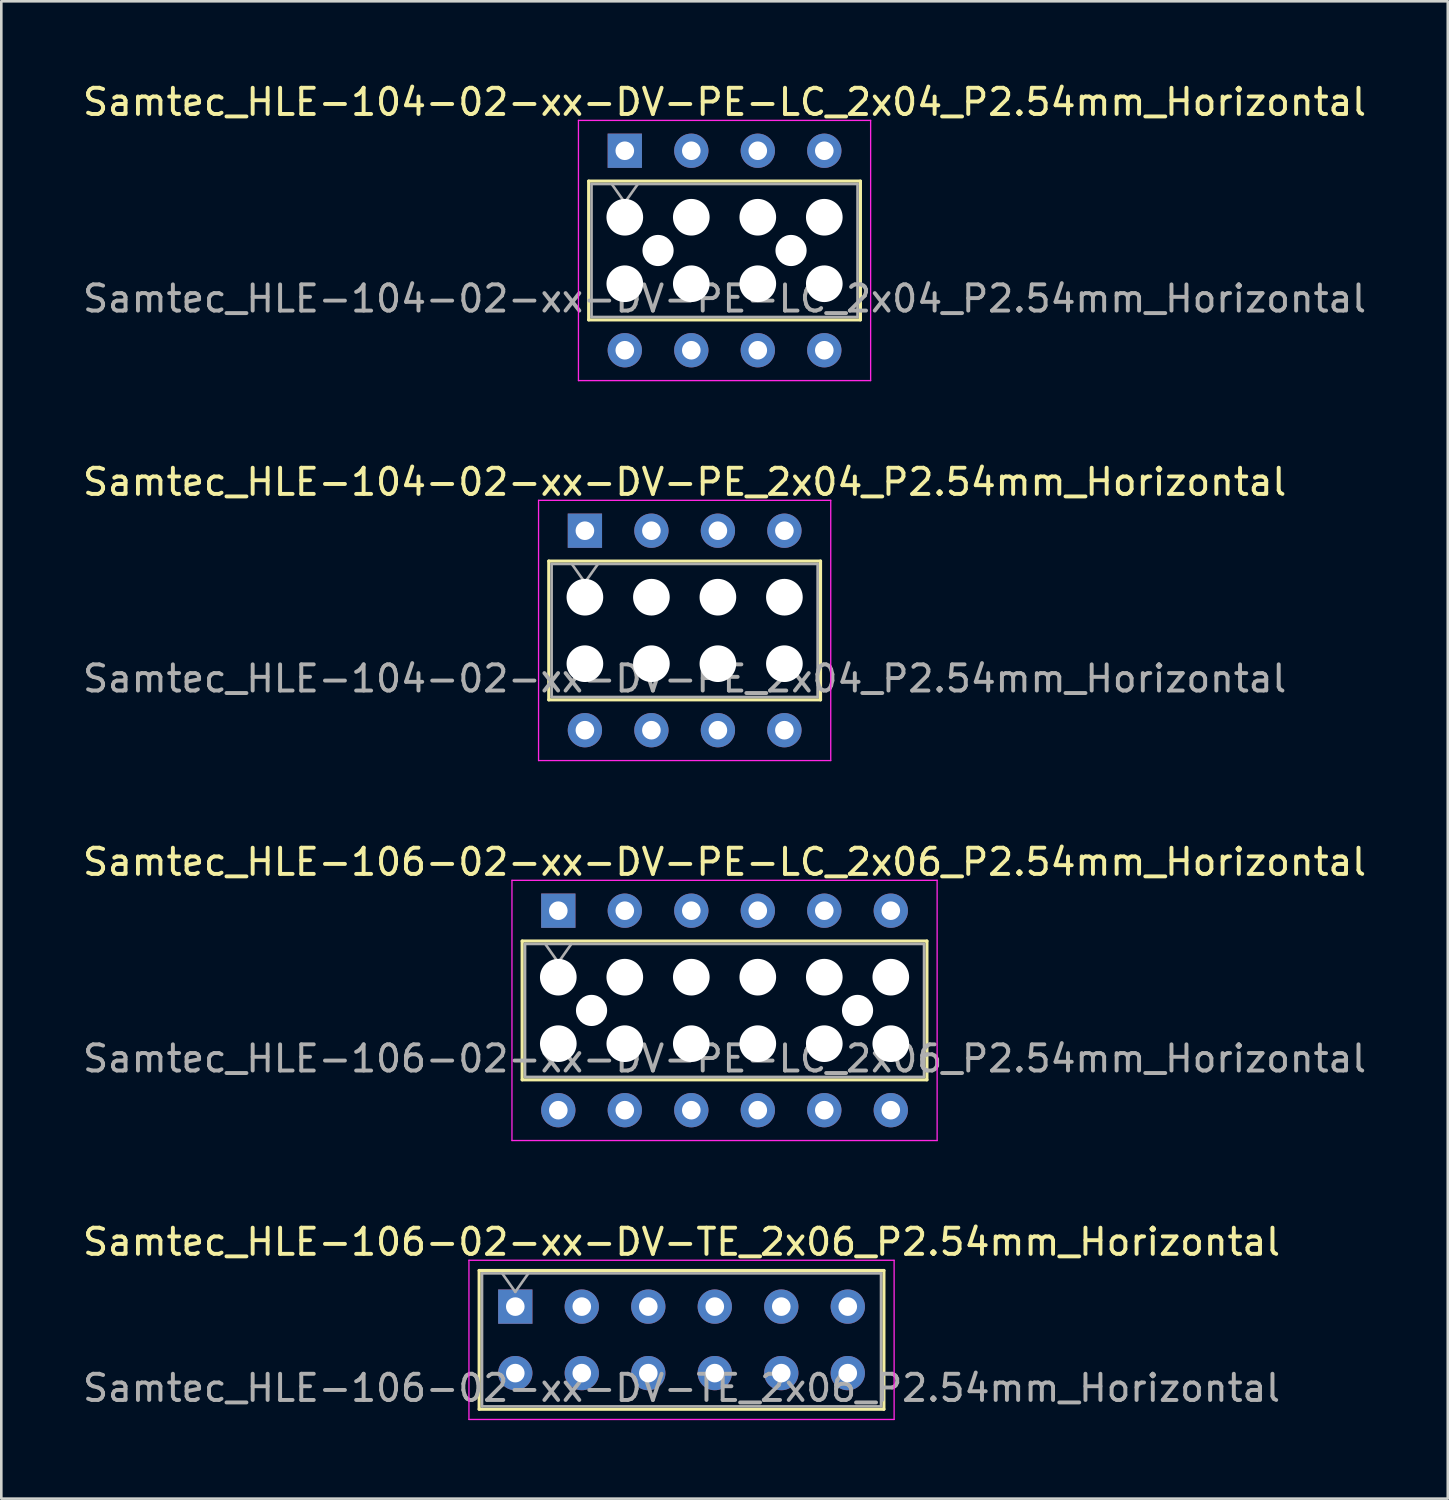
<source format=kicad_pcb>
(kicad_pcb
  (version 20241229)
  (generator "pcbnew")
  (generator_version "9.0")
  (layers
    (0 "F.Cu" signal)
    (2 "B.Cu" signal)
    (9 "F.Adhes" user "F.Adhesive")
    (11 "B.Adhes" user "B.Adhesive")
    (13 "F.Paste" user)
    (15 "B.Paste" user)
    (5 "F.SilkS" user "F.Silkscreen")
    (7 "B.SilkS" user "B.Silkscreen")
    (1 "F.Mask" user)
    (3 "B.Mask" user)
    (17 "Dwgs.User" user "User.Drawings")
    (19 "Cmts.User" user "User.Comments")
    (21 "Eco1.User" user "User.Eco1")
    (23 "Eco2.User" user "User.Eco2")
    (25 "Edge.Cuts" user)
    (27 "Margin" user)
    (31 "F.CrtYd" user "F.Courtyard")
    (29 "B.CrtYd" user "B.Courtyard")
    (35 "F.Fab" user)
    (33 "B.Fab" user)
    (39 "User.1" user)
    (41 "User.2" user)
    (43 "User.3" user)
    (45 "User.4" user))
  (footprint "Samtec_HLE-106-02-xx-DV-PE-LC_2x06_P2.54mm_Horizontal"
    (layer "F.Cu")
    (at 18.275 31.735)
    (property "Reference" "Samtec_HLE-106-02-xx-DV-PE-LC_2x06_P2.54mm_Horizontal" (at 6.35 -1.86 0) (layer "F.SilkS") (effects (font (size 1 1) (thickness 0.15))))
    (attr through_hole)
    (fp_line (start -1.38 1.16) (end 14.08 1.16) (stroke (width 0.12) (type solid)) (layer "F.SilkS"))
    (fp_line (start -1.38 6.46) (end -1.38 1.16) (stroke (width 0.12) (type solid)) (layer "F.SilkS"))
    (fp_line (start 14.08 1.16) (end 14.08 6.46) (stroke (width 0.12) (type solid)) (layer "F.SilkS"))
    (fp_line (start 14.08 6.46) (end -1.38 6.46) (stroke (width 0.12) (type solid)) (layer "F.SilkS"))
    (fp_line (start -1.77 -1.16) (end 14.47 -1.16) (stroke (width 0.05) (type solid)) (layer "F.CrtYd"))
    (fp_line (start -1.77 8.78) (end -1.77 -1.16) (stroke (width 0.05) (type solid)) (layer "F.CrtYd"))
    (fp_line (start 14.47 -1.16) (end 14.47 8.78) (stroke (width 0.05) (type solid)) (layer "F.CrtYd"))
    (fp_line (start 14.47 8.78) (end -1.77 8.78) (stroke (width 0.05) (type solid)) (layer "F.CrtYd"))
    (fp_line (start -1.27 1.27) (end 13.97 1.27) (stroke (width 0.1) (type solid)) (layer "F.Fab"))
    (fp_line (start -1.27 6.35) (end -1.27 1.27) (stroke (width 0.1) (type solid)) (layer "F.Fab"))
    (fp_line (start -0.5 1.27) (end 0 1.977) (stroke (width 0.1) (type solid)) (layer "F.Fab"))
    (fp_line (start 0 1.977) (end 0.5 1.27) (stroke (width 0.1) (type solid)) (layer "F.Fab"))
    (fp_line (start 13.97 1.27) (end 13.97 6.35) (stroke (width 0.1) (type solid)) (layer "F.Fab"))
    (fp_line (start 13.97 6.35) (end -1.27 6.35) (stroke (width 0.1) (type solid)) (layer "F.Fab"))
    (fp_text user "${REFERENCE}" (at 6.35 5.65 0) (layer "F.Fab") (effects (font (size 1 1) (thickness 0.15))))
    (pad "" np_thru_hole circle (at 0 2.54) (size 1.4 1.4) (drill 1.4) (layers "*.Cu" "*.Mask"))
    (pad "" np_thru_hole circle (at 0 5.08) (size 1.4 1.4) (drill 1.4) (layers "*.Cu" "*.Mask"))
    (pad "" np_thru_hole circle (at 1.27 3.81) (size 1.19 1.19) (drill 1.19) (layers "*.Cu" "*.Mask"))
    (pad "" np_thru_hole circle (at 2.54 2.54) (size 1.4 1.4) (drill 1.4) (layers "*.Cu" "*.Mask"))
    (pad "" np_thru_hole circle (at 2.54 5.08) (size 1.4 1.4) (drill 1.4) (layers "*.Cu" "*.Mask"))
    (pad "" np_thru_hole circle (at 5.08 2.54) (size 1.4 1.4) (drill 1.4) (layers "*.Cu" "*.Mask"))
    (pad "" np_thru_hole circle (at 5.08 5.08) (size 1.4 1.4) (drill 1.4) (layers "*.Cu" "*.Mask"))
    (pad "" np_thru_hole circle (at 7.62 2.54) (size 1.4 1.4) (drill 1.4) (layers "*.Cu" "*.Mask"))
    (pad "" np_thru_hole circle (at 7.62 5.08) (size 1.4 1.4) (drill 1.4) (layers "*.Cu" "*.Mask"))
    (pad "" np_thru_hole circle (at 10.16 2.54) (size 1.4 1.4) (drill 1.4) (layers "*.Cu" "*.Mask"))
    (pad "" np_thru_hole circle (at 10.16 5.08) (size 1.4 1.4) (drill 1.4) (layers "*.Cu" "*.Mask"))
    (pad "" np_thru_hole circle (at 11.43 3.81) (size 1.19 1.19) (drill 1.19) (layers "*.Cu" "*.Mask"))
    (pad "" np_thru_hole circle (at 12.7 2.54) (size 1.4 1.4) (drill 1.4) (layers "*.Cu" "*.Mask"))
    (pad "" np_thru_hole circle (at 12.7 5.08) (size 1.4 1.4) (drill 1.4) (layers "*.Cu" "*.Mask"))
    (pad "1" thru_hole rect (at 0 0) (size 1.31 1.31) (drill 0.71) (layers "*.Cu" "*.Mask"))
    (pad "2" thru_hole circle (at 0 7.62) (size 1.31 1.31) (drill 0.71) (layers "*.Cu" "*.Mask"))
    (pad "3" thru_hole circle (at 2.54 0) (size 1.31 1.31) (drill 0.71) (layers "*.Cu" "*.Mask"))
    (pad "4" thru_hole circle (at 2.54 7.62) (size 1.31 1.31) (drill 0.71) (layers "*.Cu" "*.Mask"))
    (pad "5" thru_hole circle (at 5.08 0) (size 1.31 1.31) (drill 0.71) (layers "*.Cu" "*.Mask"))
    (pad "6" thru_hole circle (at 5.08 7.62) (size 1.31 1.31) (drill 0.71) (layers "*.Cu" "*.Mask"))
    (pad "7" thru_hole circle (at 7.62 0) (size 1.31 1.31) (drill 0.71) (layers "*.Cu" "*.Mask"))
    (pad "8" thru_hole circle (at 7.62 7.62) (size 1.31 1.31) (drill 0.71) (layers "*.Cu" "*.Mask"))
    (pad "9" thru_hole circle (at 10.16 0) (size 1.31 1.31) (drill 0.71) (layers "*.Cu" "*.Mask"))
    (pad "10" thru_hole circle (at 10.16 7.62) (size 1.31 1.31) (drill 0.71) (layers "*.Cu" "*.Mask"))
    (pad "11" thru_hole circle (at 12.7 0) (size 1.31 1.31) (drill 0.71) (layers "*.Cu" "*.Mask"))
    (pad "12" thru_hole circle (at 12.7 7.62) (size 1.31 1.31) (drill 0.71) (layers "*.Cu" "*.Mask")))
  (footprint "Samtec_HLE-104-02-xx-DV-PE_2x04_P2.54mm_Horizontal"
    (layer "F.Cu")
    (at 19.291 17.221)
    (property "Reference" "Samtec_HLE-104-02-xx-DV-PE_2x04_P2.54mm_Horizontal" (at 3.81 -1.86 0) (layer "F.SilkS") (effects (font (size 1 1) (thickness 0.15))))
    (attr through_hole)
    (fp_line (start -1.38 1.16) (end 9 1.16) (stroke (width 0.12) (type solid)) (layer "F.SilkS"))
    (fp_line (start -1.38 6.46) (end -1.38 1.16) (stroke (width 0.12) (type solid)) (layer "F.SilkS"))
    (fp_line (start 9 1.16) (end 9 6.46) (stroke (width 0.12) (type solid)) (layer "F.SilkS"))
    (fp_line (start 9 6.46) (end -1.38 6.46) (stroke (width 0.12) (type solid)) (layer "F.SilkS"))
    (fp_line (start -1.77 -1.16) (end 9.39 -1.16) (stroke (width 0.05) (type solid)) (layer "F.CrtYd"))
    (fp_line (start -1.77 8.78) (end -1.77 -1.16) (stroke (width 0.05) (type solid)) (layer "F.CrtYd"))
    (fp_line (start 9.39 -1.16) (end 9.39 8.78) (stroke (width 0.05) (type solid)) (layer "F.CrtYd"))
    (fp_line (start 9.39 8.78) (end -1.77 8.78) (stroke (width 0.05) (type solid)) (layer "F.CrtYd"))
    (fp_line (start -1.27 1.27) (end 8.89 1.27) (stroke (width 0.1) (type solid)) (layer "F.Fab"))
    (fp_line (start -1.27 6.35) (end -1.27 1.27) (stroke (width 0.1) (type solid)) (layer "F.Fab"))
    (fp_line (start -0.5 1.27) (end 0 1.977) (stroke (width 0.1) (type solid)) (layer "F.Fab"))
    (fp_line (start 0 1.977) (end 0.5 1.27) (stroke (width 0.1) (type solid)) (layer "F.Fab"))
    (fp_line (start 8.89 1.27) (end 8.89 6.35) (stroke (width 0.1) (type solid)) (layer "F.Fab"))
    (fp_line (start 8.89 6.35) (end -1.27 6.35) (stroke (width 0.1) (type solid)) (layer "F.Fab"))
    (fp_text user "${REFERENCE}" (at 3.81 5.65 0) (layer "F.Fab") (effects (font (size 1 1) (thickness 0.15))))
    (pad "" np_thru_hole circle (at 0 2.54) (size 1.4 1.4) (drill 1.4) (layers "*.Cu" "*.Mask"))
    (pad "" np_thru_hole circle (at 0 5.08) (size 1.4 1.4) (drill 1.4) (layers "*.Cu" "*.Mask"))
    (pad "" np_thru_hole circle (at 2.54 2.54) (size 1.4 1.4) (drill 1.4) (layers "*.Cu" "*.Mask"))
    (pad "" np_thru_hole circle (at 2.54 5.08) (size 1.4 1.4) (drill 1.4) (layers "*.Cu" "*.Mask"))
    (pad "" np_thru_hole circle (at 5.08 2.54) (size 1.4 1.4) (drill 1.4) (layers "*.Cu" "*.Mask"))
    (pad "" np_thru_hole circle (at 5.08 5.08) (size 1.4 1.4) (drill 1.4) (layers "*.Cu" "*.Mask"))
    (pad "" np_thru_hole circle (at 7.62 2.54) (size 1.4 1.4) (drill 1.4) (layers "*.Cu" "*.Mask"))
    (pad "" np_thru_hole circle (at 7.62 5.08) (size 1.4 1.4) (drill 1.4) (layers "*.Cu" "*.Mask"))
    (pad "1" thru_hole rect (at 0 0) (size 1.31 1.31) (drill 0.71) (layers "*.Cu" "*.Mask"))
    (pad "2" thru_hole circle (at 0 7.62) (size 1.31 1.31) (drill 0.71) (layers "*.Cu" "*.Mask"))
    (pad "3" thru_hole circle (at 2.54 0) (size 1.31 1.31) (drill 0.71) (layers "*.Cu" "*.Mask"))
    (pad "4" thru_hole circle (at 2.54 7.62) (size 1.31 1.31) (drill 0.71) (layers "*.Cu" "*.Mask"))
    (pad "5" thru_hole circle (at 5.08 0) (size 1.31 1.31) (drill 0.71) (layers "*.Cu" "*.Mask"))
    (pad "6" thru_hole circle (at 5.08 7.62) (size 1.31 1.31) (drill 0.71) (layers "*.Cu" "*.Mask"))
    (pad "7" thru_hole circle (at 7.62 0) (size 1.31 1.31) (drill 0.71) (layers "*.Cu" "*.Mask"))
    (pad "8" thru_hole circle (at 7.62 7.62) (size 1.31 1.31) (drill 0.71) (layers "*.Cu" "*.Mask")))
  (footprint "Samtec_HLE-104-02-xx-DV-PE-LC_2x04_P2.54mm_Horizontal"
    (layer "F.Cu")
    (at 20.815 2.708)
    (property "Reference" "Samtec_HLE-104-02-xx-DV-PE-LC_2x04_P2.54mm_Horizontal" (at 3.81 -1.86 0) (layer "F.SilkS") (effects (font (size 1 1) (thickness 0.15))))
    (attr through_hole)
    (fp_line (start -1.38 1.16) (end 9 1.16) (stroke (width 0.12) (type solid)) (layer "F.SilkS"))
    (fp_line (start -1.38 6.46) (end -1.38 1.16) (stroke (width 0.12) (type solid)) (layer "F.SilkS"))
    (fp_line (start 9 1.16) (end 9 6.46) (stroke (width 0.12) (type solid)) (layer "F.SilkS"))
    (fp_line (start 9 6.46) (end -1.38 6.46) (stroke (width 0.12) (type solid)) (layer "F.SilkS"))
    (fp_line (start -1.77 -1.16) (end 9.39 -1.16) (stroke (width 0.05) (type solid)) (layer "F.CrtYd"))
    (fp_line (start -1.77 8.78) (end -1.77 -1.16) (stroke (width 0.05) (type solid)) (layer "F.CrtYd"))
    (fp_line (start 9.39 -1.16) (end 9.39 8.78) (stroke (width 0.05) (type solid)) (layer "F.CrtYd"))
    (fp_line (start 9.39 8.78) (end -1.77 8.78) (stroke (width 0.05) (type solid)) (layer "F.CrtYd"))
    (fp_line (start -1.27 1.27) (end 8.89 1.27) (stroke (width 0.1) (type solid)) (layer "F.Fab"))
    (fp_line (start -1.27 6.35) (end -1.27 1.27) (stroke (width 0.1) (type solid)) (layer "F.Fab"))
    (fp_line (start -0.5 1.27) (end 0 1.977) (stroke (width 0.1) (type solid)) (layer "F.Fab"))
    (fp_line (start 0 1.977) (end 0.5 1.27) (stroke (width 0.1) (type solid)) (layer "F.Fab"))
    (fp_line (start 8.89 1.27) (end 8.89 6.35) (stroke (width 0.1) (type solid)) (layer "F.Fab"))
    (fp_line (start 8.89 6.35) (end -1.27 6.35) (stroke (width 0.1) (type solid)) (layer "F.Fab"))
    (fp_text user "${REFERENCE}" (at 3.81 5.65 0) (layer "F.Fab") (effects (font (size 1 1) (thickness 0.15))))
    (pad "" np_thru_hole circle (at 0 2.54) (size 1.4 1.4) (drill 1.4) (layers "*.Cu" "*.Mask"))
    (pad "" np_thru_hole circle (at 0 5.08) (size 1.4 1.4) (drill 1.4) (layers "*.Cu" "*.Mask"))
    (pad "" np_thru_hole circle (at 1.27 3.81) (size 1.19 1.19) (drill 1.19) (layers "*.Cu" "*.Mask"))
    (pad "" np_thru_hole circle (at 2.54 2.54) (size 1.4 1.4) (drill 1.4) (layers "*.Cu" "*.Mask"))
    (pad "" np_thru_hole circle (at 2.54 5.08) (size 1.4 1.4) (drill 1.4) (layers "*.Cu" "*.Mask"))
    (pad "" np_thru_hole circle (at 5.08 2.54) (size 1.4 1.4) (drill 1.4) (layers "*.Cu" "*.Mask"))
    (pad "" np_thru_hole circle (at 5.08 5.08) (size 1.4 1.4) (drill 1.4) (layers "*.Cu" "*.Mask"))
    (pad "" np_thru_hole circle (at 6.35 3.81) (size 1.19 1.19) (drill 1.19) (layers "*.Cu" "*.Mask"))
    (pad "" np_thru_hole circle (at 7.62 2.54) (size 1.4 1.4) (drill 1.4) (layers "*.Cu" "*.Mask"))
    (pad "" np_thru_hole circle (at 7.62 5.08) (size 1.4 1.4) (drill 1.4) (layers "*.Cu" "*.Mask"))
    (pad "1" thru_hole rect (at 0 0) (size 1.31 1.31) (drill 0.71) (layers "*.Cu" "*.Mask"))
    (pad "2" thru_hole circle (at 0 7.62) (size 1.31 1.31) (drill 0.71) (layers "*.Cu" "*.Mask"))
    (pad "3" thru_hole circle (at 2.54 0) (size 1.31 1.31) (drill 0.71) (layers "*.Cu" "*.Mask"))
    (pad "4" thru_hole circle (at 2.54 7.62) (size 1.31 1.31) (drill 0.71) (layers "*.Cu" "*.Mask"))
    (pad "5" thru_hole circle (at 5.08 0) (size 1.31 1.31) (drill 0.71) (layers "*.Cu" "*.Mask"))
    (pad "6" thru_hole circle (at 5.08 7.62) (size 1.31 1.31) (drill 0.71) (layers "*.Cu" "*.Mask"))
    (pad "7" thru_hole circle (at 7.62 0) (size 1.31 1.31) (drill 0.71) (layers "*.Cu" "*.Mask"))
    (pad "8" thru_hole circle (at 7.62 7.62) (size 1.31 1.31) (drill 0.71) (layers "*.Cu" "*.Mask")))
  (footprint "Samtec_HLE-106-02-xx-DV-TE_2x06_P2.54mm_Horizontal"
    (layer "F.Cu")
    (at 16.632 46.858)
    (property "Reference" "Samtec_HLE-106-02-xx-DV-TE_2x06_P2.54mm_Horizontal" (at 6.35 -2.47 0) (layer "F.SilkS") (effects (font (size 1 1) (thickness 0.15))))
    (attr through_hole)
    (fp_line (start -1.38 -1.38) (end 14.08 -1.38) (stroke (width 0.12) (type solid)) (layer "F.SilkS"))
    (fp_line (start -1.38 3.92) (end -1.38 -1.38) (stroke (width 0.12) (type solid)) (layer "F.SilkS"))
    (fp_line (start 14.08 -1.38) (end 14.08 3.92) (stroke (width 0.12) (type solid)) (layer "F.SilkS"))
    (fp_line (start 14.08 3.92) (end -1.38 3.92) (stroke (width 0.12) (type solid)) (layer "F.SilkS"))
    (fp_line (start -1.77 -1.77) (end 14.47 -1.77) (stroke (width 0.05) (type solid)) (layer "F.CrtYd"))
    (fp_line (start -1.77 4.31) (end -1.77 -1.77) (stroke (width 0.05) (type solid)) (layer "F.CrtYd"))
    (fp_line (start 14.47 -1.77) (end 14.47 4.31) (stroke (width 0.05) (type solid)) (layer "F.CrtYd"))
    (fp_line (start 14.47 4.31) (end -1.77 4.31) (stroke (width 0.05) (type solid)) (layer "F.CrtYd"))
    (fp_line (start -1.27 -1.27) (end 13.97 -1.27) (stroke (width 0.1) (type solid)) (layer "F.Fab"))
    (fp_line (start -1.27 3.81) (end -1.27 -1.27) (stroke (width 0.1) (type solid)) (layer "F.Fab"))
    (fp_line (start -0.5 -1.27) (end 0 -0.563) (stroke (width 0.1) (type solid)) (layer "F.Fab"))
    (fp_line (start 0 -0.563) (end 0.5 -1.27) (stroke (width 0.1) (type solid)) (layer "F.Fab"))
    (fp_line (start 13.97 -1.27) (end 13.97 3.81) (stroke (width 0.1) (type solid)) (layer "F.Fab"))
    (fp_line (start 13.97 3.81) (end -1.27 3.81) (stroke (width 0.1) (type solid)) (layer "F.Fab"))
    (fp_text user "${REFERENCE}" (at 6.35 3.11 0) (layer "F.Fab") (effects (font (size 1 1) (thickness 0.15))))
    (pad "1" thru_hole rect (at 0 0) (size 1.31 1.31) (drill 0.71) (layers "*.Cu" "*.Mask"))
    (pad "2" thru_hole circle (at 0 2.54) (size 1.31 1.31) (drill 0.71) (layers "*.Cu" "*.Mask"))
    (pad "3" thru_hole circle (at 2.54 0) (size 1.31 1.31) (drill 0.71) (layers "*.Cu" "*.Mask"))
    (pad "4" thru_hole circle (at 2.54 2.54) (size 1.31 1.31) (drill 0.71) (layers "*.Cu" "*.Mask"))
    (pad "5" thru_hole circle (at 5.08 0) (size 1.31 1.31) (drill 0.71) (layers "*.Cu" "*.Mask"))
    (pad "6" thru_hole circle (at 5.08 2.54) (size 1.31 1.31) (drill 0.71) (layers "*.Cu" "*.Mask"))
    (pad "7" thru_hole circle (at 7.62 0) (size 1.31 1.31) (drill 0.71) (layers "*.Cu" "*.Mask"))
    (pad "8" thru_hole circle (at 7.62 2.54) (size 1.31 1.31) (drill 0.71) (layers "*.Cu" "*.Mask"))
    (pad "9" thru_hole circle (at 10.16 0) (size 1.31 1.31) (drill 0.71) (layers "*.Cu" "*.Mask"))
    (pad "10" thru_hole circle (at 10.16 2.54) (size 1.31 1.31) (drill 0.71) (layers "*.Cu" "*.Mask"))
    (pad "11" thru_hole circle (at 12.7 0) (size 1.31 1.31) (drill 0.71) (layers "*.Cu" "*.Mask"))
    (pad "12" thru_hole circle (at 12.7 2.54) (size 1.31 1.31) (drill 0.71) (layers "*.Cu" "*.Mask")))
  (gr_rect
    (start -3 -3)
    (end 52.25 54.193)
    (stroke (width 0.1) (type default))
    (fill no)
    (layer "Edge.Cuts")))
</source>
